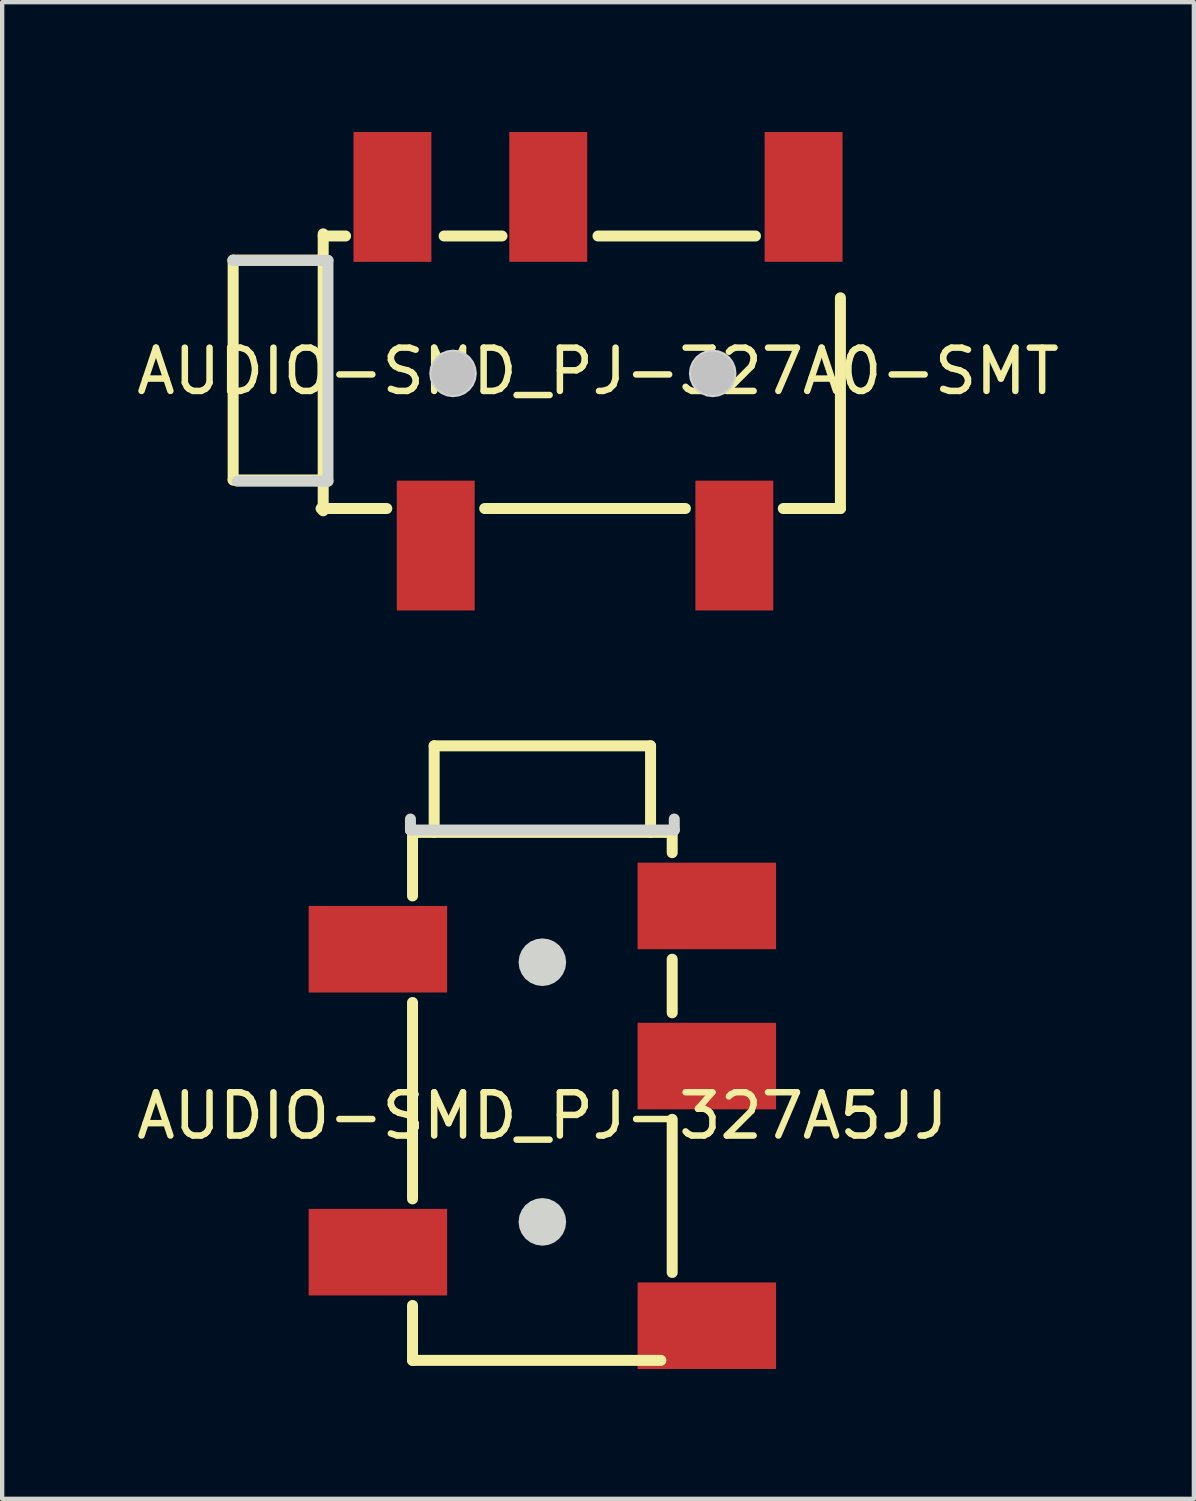
<source format=kicad_pcb>
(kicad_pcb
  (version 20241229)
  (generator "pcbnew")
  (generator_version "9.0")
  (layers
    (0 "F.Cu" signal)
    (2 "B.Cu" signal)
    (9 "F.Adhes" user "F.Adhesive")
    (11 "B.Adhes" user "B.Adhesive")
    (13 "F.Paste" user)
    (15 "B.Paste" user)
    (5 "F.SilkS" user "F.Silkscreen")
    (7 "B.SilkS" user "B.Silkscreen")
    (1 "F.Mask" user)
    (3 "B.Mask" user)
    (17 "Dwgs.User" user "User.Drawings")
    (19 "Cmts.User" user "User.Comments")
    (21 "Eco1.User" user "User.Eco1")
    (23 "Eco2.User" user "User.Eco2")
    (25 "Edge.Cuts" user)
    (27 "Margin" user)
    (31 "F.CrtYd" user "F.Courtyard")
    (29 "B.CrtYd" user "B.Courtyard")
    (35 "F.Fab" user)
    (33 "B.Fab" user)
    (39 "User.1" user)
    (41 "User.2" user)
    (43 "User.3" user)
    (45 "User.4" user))
  (footprint "AUDIO-SMD_PJ-327A0-SMT"
    (layer "F.Cu")
    (at 10.768 5.528)
    (property "Reference" "AUDIO-SMD_PJ-327A0-SMT" (at 0 0 0) (layer "F.SilkS") (effects (font (size 1 1) (thickness 0.15))))
    (fp_line (start -8.431 -2.568) (end -6.399 -2.568) (stroke (width 0.254) (type default)) (layer "F.SilkS"))
    (fp_line (start -8.431 2.512) (end -8.431 -2.568) (stroke (width 0.254) (type default)) (layer "F.SilkS"))
    (fp_line (start -8.431 2.512) (end -6.399 2.512) (stroke (width 0.254) (type default)) (layer "F.SilkS"))
    (fp_line (start -6.399 3.172) (end -4.881 3.172) (stroke (width 0.254) (type default)) (layer "F.SilkS"))
    (fp_line (start -6.35 -3.125) (end -5.833 -3.125) (stroke (width 0.254) (type default)) (layer "F.SilkS"))
    (fp_line (start -6.35 3.225) (end -6.35 -3.175) (stroke (width 0.254) (type default)) (layer "F.SilkS"))
    (fp_line (start -3.556 -3.125) (end -2.219 -3.125) (stroke (width 0.254) (type default)) (layer "F.SilkS"))
    (fp_line (start -2.619 3.172) (end 2.019 3.172) (stroke (width 0.254) (type default)) (layer "F.SilkS"))
    (fp_line (start 0 -3.125) (end 3.638 -3.125) (stroke (width 0.254) (type default)) (layer "F.SilkS"))
    (fp_line (start 4.281 3.172) (end 5.601 3.172) (stroke (width 0.254) (type default)) (layer "F.SilkS"))
    (fp_line (start 5.601 3.172) (end 5.601 -1.697) (stroke (width 0.254) (type default)) (layer "F.SilkS"))
    (fp_circle (center -3.35 0.05) (end -3.1 0.05) (stroke (width 0.5) (type default)) (fill no) (layer "Dwgs.User"))
    (fp_circle (center 2.65 0.05) (end 2.9 0.05) (stroke (width 0.5) (type default)) (fill no) (layer "Dwgs.User"))
    (fp_line (start -8.44 -2.56) (end -6.4 -2.56) (stroke (width 0.254) (type default)) (layer "Edge.Cuts"))
    (fp_line (start -6.4 -2.56) (end -6.24 -2.56) (stroke (width 0.254) (type default)) (layer "Edge.Cuts"))
    (fp_line (start -6.24 -2.56) (end -6.24 2.54) (stroke (width 0.254) (type default)) (layer "Edge.Cuts"))
    (fp_line (start -6.24 2.54) (end -8.34 2.54) (stroke (width 0.254) (type default)) (layer "Edge.Cuts"))
    (fp_poly (pts (xy -2.8 0.05) (xy -2.819 -0.092) (xy -2.874 -0.225) (xy -2.961 -0.339) (xy -3.075 -0.426) (xy -3.208 -0.481) (xy -3.35 -0.5) (xy -3.492 -0.481) (xy -3.625 -0.426) (xy -3.739 -0.339) (xy -3.826 -0.225) (xy -3.881 -0.092) (xy -3.9 0.05) (xy -3.881 0.192) (xy -3.826 0.325) (xy -3.739 0.439) (xy -3.625 0.526) (xy -3.492 0.581) (xy -3.35 0.6) (xy -3.208 0.581) (xy -3.075 0.526) (xy -2.961 0.439) (xy -2.874 0.325) (xy -2.819 0.192)) (stroke (width 0) (type default)) (fill yes) (layer "Edge.Cuts"))
    (fp_poly (pts (xy 3.2 0.05) (xy 3.181 -0.092) (xy 3.126 -0.225) (xy 3.039 -0.339) (xy 2.925 -0.426) (xy 2.792 -0.481) (xy 2.65 -0.5) (xy 2.508 -0.481) (xy 2.375 -0.426) (xy 2.261 -0.339) (xy 2.174 -0.225) (xy 2.119 -0.092) (xy 2.1 0.05) (xy 2.119 0.192) (xy 2.174 0.325) (xy 2.261 0.439) (xy 2.375 0.526) (xy 2.508 0.581) (xy 2.65 0.6) (xy 2.792 0.581) (xy 2.925 0.526) (xy 3.039 0.439) (xy 3.126 0.325) (xy 3.181 0.192)) (stroke (width 0) (type default)) (fill yes) (layer "Edge.Cuts"))
    (fp_poly (pts (xy -4.25 -2.97) (xy -5.25 -2.97) (xy -5.25 -4.5) (xy -4.25 -4.5)) (stroke (width 0.1) (type default)) (fill no) (layer "User.1"))
    (fp_poly (pts (xy -4.25 3.07) (xy -3.25 3.07) (xy -3.25 4.6) (xy -4.25 4.6)) (stroke (width 0.1) (type default)) (fill no) (layer "User.1"))
    (fp_poly (pts (xy -0.65 -2.97) (xy -1.65 -2.97) (xy -1.65 -4.5) (xy -0.65 -4.5)) (stroke (width 0.1) (type default)) (fill no) (layer "User.1"))
    (fp_poly (pts (xy 2.65 3.07) (xy 3.65 3.07) (xy 3.65 4.6) (xy 2.65 4.6)) (stroke (width 0.1) (type default)) (fill no) (layer "User.1"))
    (fp_poly (pts (xy 5.25 -2.97) (xy 4.25 -2.97) (xy 4.25 -4.5) (xy 5.25 -4.5)) (stroke (width 0.1) (type default)) (fill no) (layer "User.1"))
    (fp_line (start -8.42 -2.53) (end -6.48 -2.53) (stroke (width 0.051) (type default)) (layer "User.2"))
    (fp_line (start -8.42 2.49) (end -8.42 -2.53) (stroke (width 0.051) (type default)) (layer "User.2"))
    (fp_line (start -6.48 -2.53) (end -6.38 -2.53) (stroke (width 0.051) (type default)) (layer "User.2"))
    (fp_line (start -6.38 -3) (end 5.62 -3) (stroke (width 0.051) (type default)) (layer "User.2"))
    (fp_line (start -6.38 -2.53) (end -6.38 -3) (stroke (width 0.051) (type default)) (layer "User.2"))
    (fp_line (start -6.28 2.49) (end -8.42 2.49) (stroke (width 0.051) (type default)) (layer "User.2"))
    (fp_line (start -6.28 3.1) (end -6.28 2.49) (stroke (width 0.051) (type default)) (layer "User.2"))
    (fp_line (start 5.62 -3) (end 5.62 3.1) (stroke (width 0.051) (type default)) (layer "User.2"))
    (fp_line (start 5.62 3.1) (end -6.28 3.1) (stroke (width 0.051) (type default)) (layer "User.2"))
    (fp_poly (pts (xy 5.68 4.6) (xy 5.662 4.558) (xy 5.62 4.54) (xy 5.578 4.558) (xy 5.56 4.6) (xy 5.578 4.642) (xy 5.62 4.66) (xy 5.662 4.642)) (stroke (width 0.1) (type default)) (fill no) (layer "User.3"))
    (pad "2" smd rect (at 3.15 4.028 180) (size 1.8 3) (layers "F.Cu" "F.Mask" "F.Paste"))
    (pad "3" smd rect (at -3.75 4.028 180) (size 1.8 3) (layers "F.Cu" "F.Mask" "F.Paste"))
    (pad "4" smd rect (at -4.75 -4.028 180) (size 1.8 3) (layers "F.Cu" "F.Mask" "F.Paste"))
    (pad "5" smd rect (at -1.15 -4.028 180) (size 1.8 3) (layers "F.Cu" "F.Mask" "F.Paste"))
    (pad "6" smd rect (at 4.75 -4.028 180) (size 1.8 3) (layers "F.Cu" "F.Mask" "F.Paste")))
  (footprint "AUDIO-SMD_PJ-327A5JJ"
    (layer "F.Cu")
    (at 9.482 22.733)
    (property "Reference" "AUDIO-SMD_PJ-327A5JJ" (at 0 0 0) (layer "F.SilkS") (effects (font (size 1 1) (thickness 0.15))))
    (fp_line (start -3 -6.55) (end -3 -5.081) (stroke (width 0.254) (type default)) (layer "F.SilkS"))
    (fp_line (start -3 -2.619) (end -3 1.919) (stroke (width 0.254) (type default)) (layer "F.SilkS"))
    (fp_line (start -3 4.381) (end -3 5.65) (stroke (width 0.254) (type default)) (layer "F.SilkS"))
    (fp_line (start -3 5.65) (end 2.739 5.65) (stroke (width 0.254) (type default)) (layer "F.SilkS"))
    (fp_line (start -2.5 -6.55) (end -2.5 -8.55) (stroke (width 0.254) (type default)) (layer "F.SilkS"))
    (fp_line (start 2.5 -8.55) (end -2.5 -8.55) (stroke (width 0.254) (type default)) (layer "F.SilkS"))
    (fp_line (start 2.5 -6.55) (end 2.5 -8.55) (stroke (width 0.254) (type default)) (layer "F.SilkS"))
    (fp_line (start 3 -6.55) (end -3 -6.55) (stroke (width 0.254) (type default)) (layer "F.SilkS"))
    (fp_line (start 3 -6.55) (end 3 -6.081) (stroke (width 0.254) (type default)) (layer "F.SilkS"))
    (fp_line (start 3 -3.619) (end 3 -2.381) (stroke (width 0.254) (type default)) (layer "F.SilkS"))
    (fp_line (start 3 0.081) (end 3 3.619) (stroke (width 0.254) (type default)) (layer "F.SilkS"))
    (fp_line (start -3.048 -6.858) (end -3.048 -6.604) (stroke (width 0.254) (type default)) (layer "Edge.Cuts"))
    (fp_line (start -3.048 -6.604) (end 3.048 -6.604) (stroke (width 0.254) (type default)) (layer "Edge.Cuts"))
    (fp_line (start 3.048 -6.604) (end 3.048 -6.858) (stroke (width 0.254) (type default)) (layer "Edge.Cuts"))
    (fp_poly (pts (xy 0.55 -3.55) (xy 0.531 -3.692) (xy 0.476 -3.825) (xy 0.389 -3.939) (xy 0.275 -4.026) (xy 0.142 -4.081) (xy 0 -4.1) (xy -0.142 -4.081) (xy -0.275 -4.026) (xy -0.389 -3.939) (xy -0.476 -3.825) (xy -0.531 -3.692) (xy -0.55 -3.55) (xy -0.531 -3.408) (xy -0.476 -3.275) (xy -0.389 -3.161) (xy -0.275 -3.074) (xy -0.142 -3.019) (xy 0 -3) (xy 0.142 -3.019) (xy 0.275 -3.074) (xy 0.389 -3.161) (xy 0.476 -3.275) (xy 0.531 -3.408)) (stroke (width 0) (type default)) (fill yes) (layer "Edge.Cuts"))
    (fp_poly (pts (xy 0.55 2.45) (xy 0.531 2.308) (xy 0.476 2.175) (xy 0.389 2.061) (xy 0.275 1.974) (xy 0.142 1.919) (xy 0 1.9) (xy -0.142 1.919) (xy -0.275 1.974) (xy -0.389 2.061) (xy -0.476 2.175) (xy -0.531 2.308) (xy -0.55 2.45) (xy -0.531 2.592) (xy -0.476 2.725) (xy -0.389 2.839) (xy -0.275 2.926) (xy -0.142 2.981) (xy 0 3) (xy 0.142 2.981) (xy 0.275 2.926) (xy 0.389 2.839) (xy 0.476 2.725) (xy 0.531 2.592)) (stroke (width 0) (type default)) (fill yes) (layer "Edge.Cuts"))
    (fp_poly (pts (xy -4.5 -3.35) (xy -4.5 -4.35) (xy -2.2 -4.35) (xy -2.2 -3.35)) (stroke (width 0.1) (type default)) (fill no) (layer "User.1"))
    (fp_poly (pts (xy -4.5 3.65) (xy -4.5 2.65) (xy -2.2 2.65) (xy -2.2 3.65)) (stroke (width 0.1) (type default)) (fill no) (layer "User.1"))
    (fp_poly (pts (xy 2.2 -4.35) (xy 2.2 -5.35) (xy 4.5 -5.35) (xy 4.5 -4.35)) (stroke (width 0.1) (type default)) (fill no) (layer "User.1"))
    (fp_poly (pts (xy 2.2 -0.65) (xy 2.2 -1.65) (xy 4.5 -1.65) (xy 4.5 -0.65)) (stroke (width 0.1) (type default)) (fill no) (layer "User.1"))
    (fp_poly (pts (xy 2.2 5.35) (xy 2.2 4.35) (xy 4.5 4.35) (xy 4.5 5.35)) (stroke (width 0.1) (type default)) (fill no) (layer "User.1"))
    (fp_poly (pts (xy 0.45 -3.55) (xy 0.432 -3.677) (xy 0.379 -3.793) (xy 0.295 -3.89) (xy 0.187 -3.959) (xy 0.064 -3.995) (xy -0.064 -3.995) (xy -0.187 -3.959) (xy -0.295 -3.89) (xy -0.379 -3.793) (xy -0.432 -3.677) (xy -0.45 -3.55) (xy -0.432 -3.423) (xy -0.379 -3.307) (xy -0.295 -3.21) (xy -0.187 -3.141) (xy -0.064 -3.105) (xy 0.064 -3.105) (xy 0.187 -3.141) (xy 0.295 -3.21) (xy 0.379 -3.307) (xy 0.432 -3.423)) (stroke (width 0.1) (type default)) (fill no) (layer "User.1"))
    (fp_poly (pts (xy 0.45 2.45) (xy 0.432 2.323) (xy 0.379 2.207) (xy 0.295 2.11) (xy 0.187 2.041) (xy 0.064 2.005) (xy -0.064 2.005) (xy -0.187 2.041) (xy -0.295 2.11) (xy -0.379 2.207) (xy -0.432 2.323) (xy -0.45 2.45) (xy -0.432 2.577) (xy -0.379 2.693) (xy -0.295 2.79) (xy -0.187 2.859) (xy -0.064 2.895) (xy 0.064 2.895) (xy 0.187 2.859) (xy 0.295 2.79) (xy 0.379 2.693) (xy 0.432 2.577)) (stroke (width 0.1) (type default)) (fill no) (layer "User.1"))
    (fp_line (start -3 -8.497) (end 3 -8.497) (stroke (width 0.051) (type default)) (layer "User.2"))
    (fp_line (start -3 5.703) (end -3 -8.497) (stroke (width 0.051) (type default)) (layer "User.2"))
    (fp_line (start 3 -8.497) (end 3 5.703) (stroke (width 0.051) (type default)) (layer "User.2"))
    (fp_line (start 3 5.703) (end -3 5.703) (stroke (width 0.051) (type default)) (layer "User.2"))
    (fp_poly (pts (xy 4.56 -8.496) (xy 4.542 -8.539) (xy 4.5 -8.556) (xy 4.458 -8.539) (xy 4.44 -8.496) (xy 4.458 -8.454) (xy 4.5 -8.437) (xy 4.542 -8.454)) (stroke (width 0.1) (type default)) (fill no) (layer "User.3"))
    (pad "1" smd rect (at 3.8 -4.85 270) (size 2 3.2) (layers "F.Cu" "F.Mask" "F.Paste"))
    (pad "2" smd rect (at -3.8 -3.85 270) (size 2 3.2) (layers "F.Cu" "F.Mask" "F.Paste"))
    (pad "3" smd rect (at 3.8 -1.15 270) (size 2 3.2) (layers "F.Cu" "F.Mask" "F.Paste"))
    (pad "4" smd rect (at -3.8 3.15 270) (size 2 3.2) (layers "F.Cu" "F.Mask" "F.Paste"))
    (pad "5" smd rect (at 3.8 4.85 270) (size 2 3.2) (layers "F.Cu" "F.Mask" "F.Paste")))
  (gr_rect
    (start -3 -3)
    (end 24.536 31.583)
    (stroke (width 0.1) (type default))
    (fill no)
    (layer "Edge.Cuts")))
</source>
